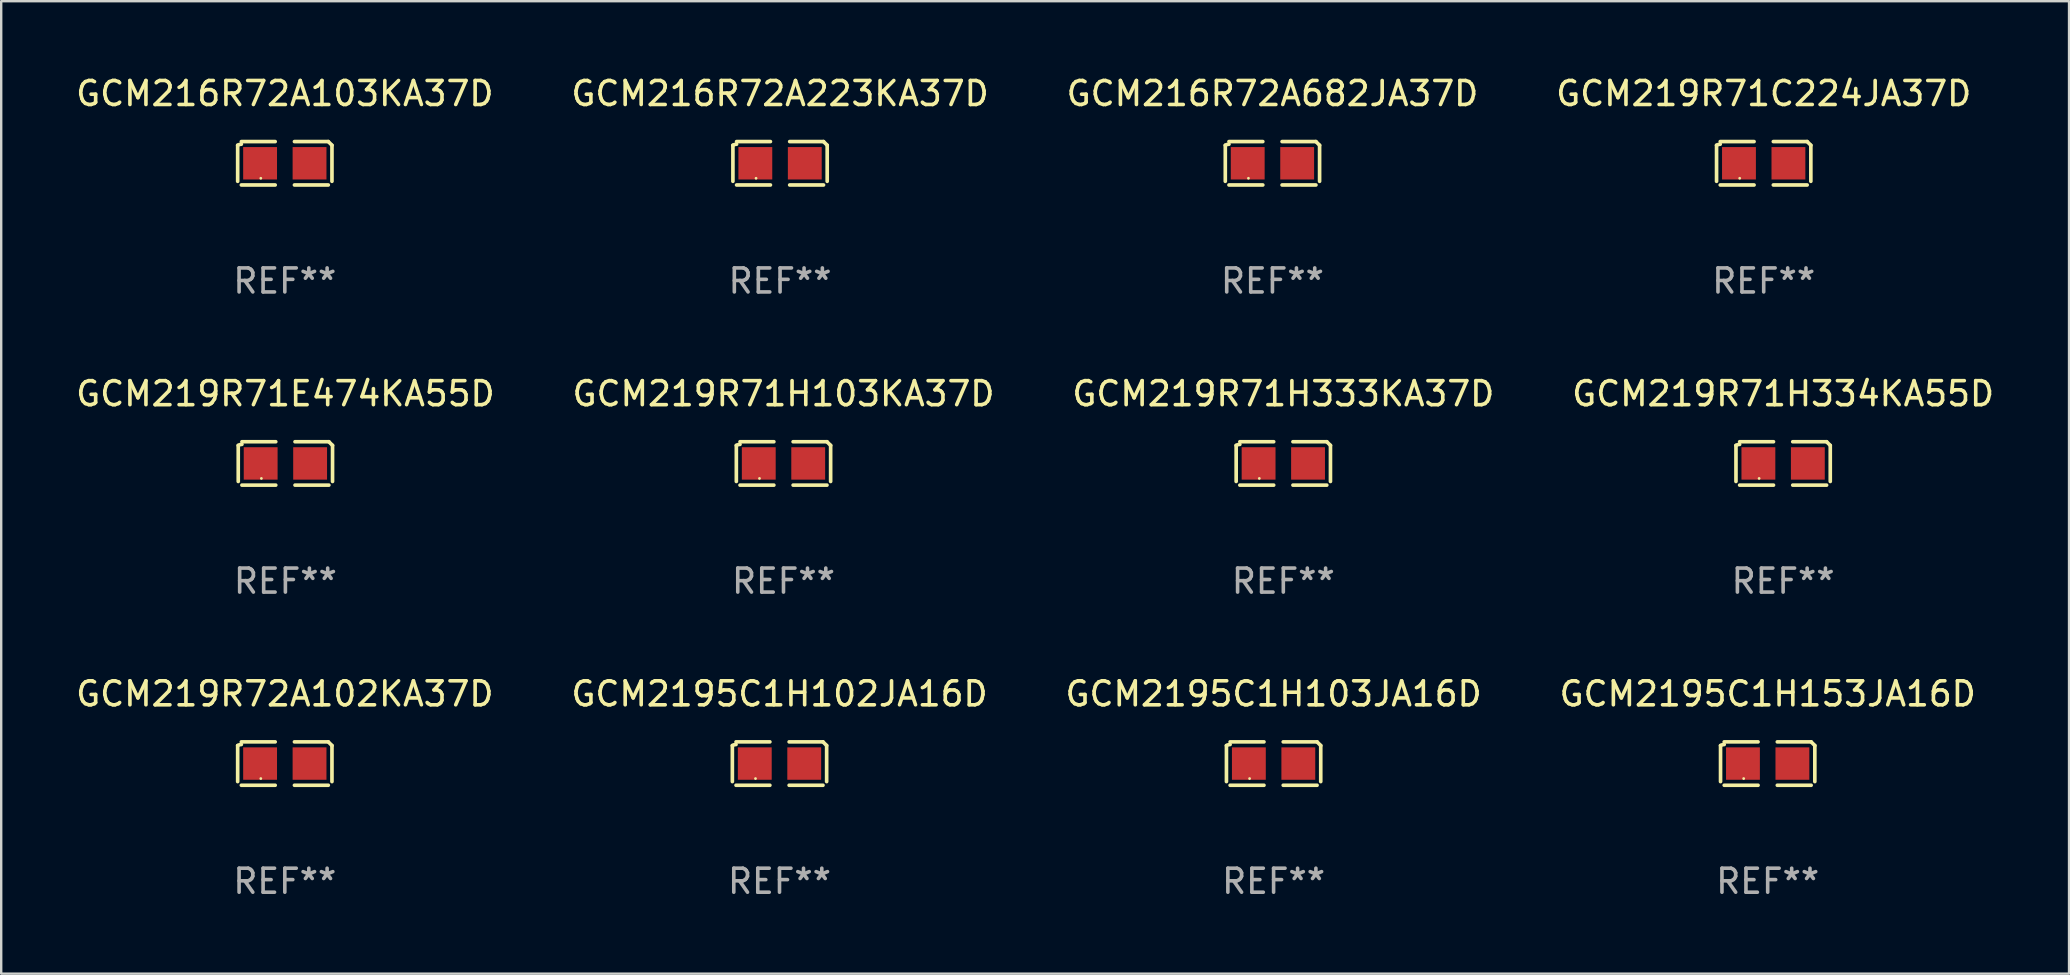
<source format=kicad_pcb>
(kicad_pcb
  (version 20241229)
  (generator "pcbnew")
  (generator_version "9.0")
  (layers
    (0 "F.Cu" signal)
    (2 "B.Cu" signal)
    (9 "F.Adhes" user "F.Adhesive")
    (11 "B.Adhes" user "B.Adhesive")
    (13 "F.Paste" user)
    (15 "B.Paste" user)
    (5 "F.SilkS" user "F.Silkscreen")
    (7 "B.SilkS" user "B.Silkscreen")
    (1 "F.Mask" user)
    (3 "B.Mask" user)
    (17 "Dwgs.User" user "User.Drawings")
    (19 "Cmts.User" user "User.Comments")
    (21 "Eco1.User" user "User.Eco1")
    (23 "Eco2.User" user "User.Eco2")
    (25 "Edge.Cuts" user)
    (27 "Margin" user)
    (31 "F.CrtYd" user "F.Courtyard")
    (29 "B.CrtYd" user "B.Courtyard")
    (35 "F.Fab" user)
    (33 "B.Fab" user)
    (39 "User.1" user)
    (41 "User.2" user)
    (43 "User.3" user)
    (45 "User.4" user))
  (footprint "GCM2195C1H102JA16D"
    (layer "F.Cu")
    (at 29.423 28.759)
    (property "Reference" "GCM2195C1H102JA16D" (at 0 -2.904 0) (layer "F.SilkS") (effects (font (size 1 1) (thickness 0.15))))
    (attr through_hole)
    (fp_line (start -1.964 0.751) (end -1.964 -0.751) (stroke (width 0.152) (type solid)) (layer "F.SilkS"))
    (fp_line (start -1.811 -0.904) (end -0.401 -0.904) (stroke (width 0.152) (type solid)) (layer "F.SilkS"))
    (fp_line (start -0.401 0.904) (end -1.811 0.904) (stroke (width 0.152) (type solid)) (layer "F.SilkS"))
    (fp_line (start 0.401 0.904) (end 1.811 0.904) (stroke (width 0.152) (type solid)) (layer "F.SilkS"))
    (fp_line (start 1.811 -0.904) (end 0.401 -0.904) (stroke (width 0.152) (type solid)) (layer "F.SilkS"))
    (fp_line (start 1.964 0.751) (end 1.964 -0.751) (stroke (width 0.152) (type solid)) (layer "F.SilkS"))
    (fp_arc (start -1.963602 -0.751207) (mid -1.890354 -0.783131) (end -1.811201 -0.794044) (stroke (width 0.1524) (type solid)) (layer "F.SilkS"))
    (fp_arc (start 1.811202 -0.903607) (mid 1.887413 -0.827418) (end 1.963602 -0.751207) (stroke (width 0.1524) (type solid)) (layer "F.SilkS"))
    (fp_circle (center -1 0.625) (end -0.97 0.625) (stroke (width 0.06) (type solid)) (fill no) (layer "F.SilkS"))
    (fp_text user "REF**" (at 0 4.904 0) (layer "F.Fab") (effects (font (size 1 1) (thickness 0.15))))
    (pad "1" smd rect (at -1.03 0) (size 1.41 1.35) (layers "F.Cu" "F.Mask" "F.Paste"))
    (pad "2" smd rect (at 1.03 0) (size 1.41 1.35) (layers "F.Cu" "F.Mask" "F.Paste")))
  (footprint "GCM219R71C224JA37D"
    (layer "F.Cu")
    (at 70.423 3.752)
    (property "Reference" "GCM219R71C224JA37D" (at 0 -2.904 0) (layer "F.SilkS") (effects (font (size 1 1) (thickness 0.15))))
    (attr through_hole)
    (fp_line (start -1.964 0.751) (end -1.964 -0.751) (stroke (width 0.152) (type solid)) (layer "F.SilkS"))
    (fp_line (start -1.811 -0.904) (end -0.401 -0.904) (stroke (width 0.152) (type solid)) (layer "F.SilkS"))
    (fp_line (start -0.401 0.904) (end -1.811 0.904) (stroke (width 0.152) (type solid)) (layer "F.SilkS"))
    (fp_line (start 0.401 0.904) (end 1.811 0.904) (stroke (width 0.152) (type solid)) (layer "F.SilkS"))
    (fp_line (start 1.811 -0.904) (end 0.401 -0.904) (stroke (width 0.152) (type solid)) (layer "F.SilkS"))
    (fp_line (start 1.964 0.751) (end 1.964 -0.751) (stroke (width 0.152) (type solid)) (layer "F.SilkS"))
    (fp_arc (start -1.963602 -0.751207) (mid -1.890354 -0.783131) (end -1.811201 -0.794044) (stroke (width 0.1524) (type solid)) (layer "F.SilkS"))
    (fp_arc (start 1.811202 -0.903607) (mid 1.887413 -0.827418) (end 1.963602 -0.751207) (stroke (width 0.1524) (type solid)) (layer "F.SilkS"))
    (fp_circle (center -1 0.625) (end -0.97 0.625) (stroke (width 0.06) (type solid)) (fill no) (layer "F.SilkS"))
    (fp_text user "REF**" (at 0 4.904 0) (layer "F.Fab") (effects (font (size 1 1) (thickness 0.15))))
    (pad "1" smd rect (at -1.03 0) (size 1.41 1.35) (layers "F.Cu" "F.Mask" "F.Paste"))
    (pad "2" smd rect (at 1.03 0) (size 1.41 1.35) (layers "F.Cu" "F.Mask" "F.Paste")))
  (footprint "GCM219R71H333KA37D"
    (layer "F.Cu")
    (at 50.411 16.256)
    (property "Reference" "GCM219R71H333KA37D" (at 0 -2.904 0) (layer "F.SilkS") (effects (font (size 1 1) (thickness 0.15))))
    (attr through_hole)
    (fp_line (start -1.964 0.751) (end -1.964 -0.751) (stroke (width 0.152) (type solid)) (layer "F.SilkS"))
    (fp_line (start -1.811 -0.904) (end -0.401 -0.904) (stroke (width 0.152) (type solid)) (layer "F.SilkS"))
    (fp_line (start -0.401 0.904) (end -1.811 0.904) (stroke (width 0.152) (type solid)) (layer "F.SilkS"))
    (fp_line (start 0.401 0.904) (end 1.811 0.904) (stroke (width 0.152) (type solid)) (layer "F.SilkS"))
    (fp_line (start 1.811 -0.904) (end 0.401 -0.904) (stroke (width 0.152) (type solid)) (layer "F.SilkS"))
    (fp_line (start 1.964 0.751) (end 1.964 -0.751) (stroke (width 0.152) (type solid)) (layer "F.SilkS"))
    (fp_arc (start -1.963602 -0.751207) (mid -1.890354 -0.783131) (end -1.811201 -0.794044) (stroke (width 0.1524) (type solid)) (layer "F.SilkS"))
    (fp_arc (start 1.811202 -0.903607) (mid 1.887413 -0.827418) (end 1.963602 -0.751207) (stroke (width 0.1524) (type solid)) (layer "F.SilkS"))
    (fp_circle (center -1 0.625) (end -0.97 0.625) (stroke (width 0.06) (type solid)) (fill no) (layer "F.SilkS"))
    (fp_text user "REF**" (at 0 4.904 0) (layer "F.Fab") (effects (font (size 1 1) (thickness 0.15))))
    (pad "1" smd rect (at -1.03 0) (size 1.41 1.35) (layers "F.Cu" "F.Mask" "F.Paste"))
    (pad "2" smd rect (at 1.03 0) (size 1.41 1.35) (layers "F.Cu" "F.Mask" "F.Paste")))
  (footprint "GCM2195C1H103JA16D"
    (layer "F.Cu")
    (at 50.006 28.759)
    (property "Reference" "GCM2195C1H103JA16D" (at 0 -2.904 0) (layer "F.SilkS") (effects (font (size 1 1) (thickness 0.15))))
    (attr through_hole)
    (fp_line (start -1.964 0.751) (end -1.964 -0.751) (stroke (width 0.152) (type solid)) (layer "F.SilkS"))
    (fp_line (start -1.811 -0.904) (end -0.401 -0.904) (stroke (width 0.152) (type solid)) (layer "F.SilkS"))
    (fp_line (start -0.401 0.904) (end -1.811 0.904) (stroke (width 0.152) (type solid)) (layer "F.SilkS"))
    (fp_line (start 0.401 0.904) (end 1.811 0.904) (stroke (width 0.152) (type solid)) (layer "F.SilkS"))
    (fp_line (start 1.811 -0.904) (end 0.401 -0.904) (stroke (width 0.152) (type solid)) (layer "F.SilkS"))
    (fp_line (start 1.964 0.751) (end 1.964 -0.751) (stroke (width 0.152) (type solid)) (layer "F.SilkS"))
    (fp_arc (start -1.963602 -0.751207) (mid -1.890354 -0.783131) (end -1.811201 -0.794044) (stroke (width 0.1524) (type solid)) (layer "F.SilkS"))
    (fp_arc (start 1.811202 -0.903607) (mid 1.887413 -0.827418) (end 1.963602 -0.751207) (stroke (width 0.1524) (type solid)) (layer "F.SilkS"))
    (fp_circle (center -1 0.625) (end -0.97 0.625) (stroke (width 0.06) (type solid)) (fill no) (layer "F.SilkS"))
    (fp_text user "REF**" (at 0 4.904 0) (layer "F.Fab") (effects (font (size 1 1) (thickness 0.15))))
    (pad "1" smd rect (at -1.03 0) (size 1.41 1.35) (layers "F.Cu" "F.Mask" "F.Paste"))
    (pad "2" smd rect (at 1.03 0) (size 1.41 1.35) (layers "F.Cu" "F.Mask" "F.Paste")))
  (footprint "GCM216R72A223KA37D"
    (layer "F.Cu")
    (at 29.446 3.752)
    (property "Reference" "GCM216R72A223KA37D" (at 0 -2.904 0) (layer "F.SilkS") (effects (font (size 1 1) (thickness 0.15))))
    (attr through_hole)
    (fp_line (start -1.964 0.751) (end -1.964 -0.751) (stroke (width 0.152) (type solid)) (layer "F.SilkS"))
    (fp_line (start -1.811 -0.904) (end -0.401 -0.904) (stroke (width 0.152) (type solid)) (layer "F.SilkS"))
    (fp_line (start -0.401 0.904) (end -1.811 0.904) (stroke (width 0.152) (type solid)) (layer "F.SilkS"))
    (fp_line (start 0.401 0.904) (end 1.811 0.904) (stroke (width 0.152) (type solid)) (layer "F.SilkS"))
    (fp_line (start 1.811 -0.904) (end 0.401 -0.904) (stroke (width 0.152) (type solid)) (layer "F.SilkS"))
    (fp_line (start 1.964 0.751) (end 1.964 -0.751) (stroke (width 0.152) (type solid)) (layer "F.SilkS"))
    (fp_arc (start -1.963602 -0.751207) (mid -1.890354 -0.783131) (end -1.811201 -0.794044) (stroke (width 0.1524) (type solid)) (layer "F.SilkS"))
    (fp_arc (start 1.811202 -0.903607) (mid 1.887413 -0.827418) (end 1.963602 -0.751207) (stroke (width 0.1524) (type solid)) (layer "F.SilkS"))
    (fp_circle (center -1 0.625) (end -0.97 0.625) (stroke (width 0.06) (type solid)) (fill no) (layer "F.SilkS"))
    (fp_text user "REF**" (at 0 4.904 0) (layer "F.Fab") (effects (font (size 1 1) (thickness 0.15))))
    (pad "1" smd rect (at -1.03 0) (size 1.41 1.35) (layers "F.Cu" "F.Mask" "F.Paste"))
    (pad "2" smd rect (at 1.03 0) (size 1.41 1.35) (layers "F.Cu" "F.Mask" "F.Paste")))
  (footprint "GCM219R72A102KA37D"
    (layer "F.Cu")
    (at 8.815 28.759)
    (property "Reference" "GCM219R72A102KA37D" (at 0 -2.904 0) (layer "F.SilkS") (effects (font (size 1 1) (thickness 0.15))))
    (attr through_hole)
    (fp_line (start -1.964 0.751) (end -1.964 -0.751) (stroke (width 0.152) (type solid)) (layer "F.SilkS"))
    (fp_line (start -1.811 -0.904) (end -0.401 -0.904) (stroke (width 0.152) (type solid)) (layer "F.SilkS"))
    (fp_line (start -0.401 0.904) (end -1.811 0.904) (stroke (width 0.152) (type solid)) (layer "F.SilkS"))
    (fp_line (start 0.401 0.904) (end 1.811 0.904) (stroke (width 0.152) (type solid)) (layer "F.SilkS"))
    (fp_line (start 1.811 -0.904) (end 0.401 -0.904) (stroke (width 0.152) (type solid)) (layer "F.SilkS"))
    (fp_line (start 1.964 0.751) (end 1.964 -0.751) (stroke (width 0.152) (type solid)) (layer "F.SilkS"))
    (fp_arc (start -1.963602 -0.751207) (mid -1.890354 -0.783131) (end -1.811201 -0.794044) (stroke (width 0.1524) (type solid)) (layer "F.SilkS"))
    (fp_arc (start 1.811202 -0.903607) (mid 1.887413 -0.827418) (end 1.963602 -0.751207) (stroke (width 0.1524) (type solid)) (layer "F.SilkS"))
    (fp_circle (center -1 0.625) (end -0.97 0.625) (stroke (width 0.06) (type solid)) (fill no) (layer "F.SilkS"))
    (fp_text user "REF**" (at 0 4.904 0) (layer "F.Fab") (effects (font (size 1 1) (thickness 0.15))))
    (pad "1" smd rect (at -1.03 0) (size 1.41 1.35) (layers "F.Cu" "F.Mask" "F.Paste"))
    (pad "2" smd rect (at 1.03 0) (size 1.41 1.35) (layers "F.Cu" "F.Mask" "F.Paste")))
  (footprint "GCM219R71E474KA55D"
    (layer "F.Cu")
    (at 8.839 16.256)
    (property "Reference" "GCM219R71E474KA55D" (at 0 -2.904 0) (layer "F.SilkS") (effects (font (size 1 1) (thickness 0.15))))
    (attr through_hole)
    (fp_line (start -1.964 0.751) (end -1.964 -0.751) (stroke (width 0.152) (type solid)) (layer "F.SilkS"))
    (fp_line (start -1.811 -0.904) (end -0.401 -0.904) (stroke (width 0.152) (type solid)) (layer "F.SilkS"))
    (fp_line (start -0.401 0.904) (end -1.811 0.904) (stroke (width 0.152) (type solid)) (layer "F.SilkS"))
    (fp_line (start 0.401 0.904) (end 1.811 0.904) (stroke (width 0.152) (type solid)) (layer "F.SilkS"))
    (fp_line (start 1.811 -0.904) (end 0.401 -0.904) (stroke (width 0.152) (type solid)) (layer "F.SilkS"))
    (fp_line (start 1.964 0.751) (end 1.964 -0.751) (stroke (width 0.152) (type solid)) (layer "F.SilkS"))
    (fp_arc (start -1.963602 -0.751207) (mid -1.890354 -0.783131) (end -1.811201 -0.794044) (stroke (width 0.1524) (type solid)) (layer "F.SilkS"))
    (fp_arc (start 1.811202 -0.903607) (mid 1.887413 -0.827418) (end 1.963602 -0.751207) (stroke (width 0.1524) (type solid)) (layer "F.SilkS"))
    (fp_circle (center -1 0.625) (end -0.97 0.625) (stroke (width 0.06) (type solid)) (fill no) (layer "F.SilkS"))
    (fp_text user "REF**" (at 0 4.904 0) (layer "F.Fab") (effects (font (size 1 1) (thickness 0.15))))
    (pad "1" smd rect (at -1.03 0) (size 1.41 1.35) (layers "F.Cu" "F.Mask" "F.Paste"))
    (pad "2" smd rect (at 1.03 0) (size 1.41 1.35) (layers "F.Cu" "F.Mask" "F.Paste")))
  (footprint "GCM216R72A103KA37D"
    (layer "F.Cu")
    (at 8.815 3.752)
    (property "Reference" "GCM216R72A103KA37D" (at 0 -2.904 0) (layer "F.SilkS") (effects (font (size 1 1) (thickness 0.15))))
    (attr through_hole)
    (fp_line (start -1.964 0.751) (end -1.964 -0.751) (stroke (width 0.152) (type solid)) (layer "F.SilkS"))
    (fp_line (start -1.811 -0.904) (end -0.401 -0.904) (stroke (width 0.152) (type solid)) (layer "F.SilkS"))
    (fp_line (start -0.401 0.904) (end -1.811 0.904) (stroke (width 0.152) (type solid)) (layer "F.SilkS"))
    (fp_line (start 0.401 0.904) (end 1.811 0.904) (stroke (width 0.152) (type solid)) (layer "F.SilkS"))
    (fp_line (start 1.811 -0.904) (end 0.401 -0.904) (stroke (width 0.152) (type solid)) (layer "F.SilkS"))
    (fp_line (start 1.964 0.751) (end 1.964 -0.751) (stroke (width 0.152) (type solid)) (layer "F.SilkS"))
    (fp_arc (start -1.963602 -0.751207) (mid -1.890354 -0.783131) (end -1.811201 -0.794044) (stroke (width 0.1524) (type solid)) (layer "F.SilkS"))
    (fp_arc (start 1.811202 -0.903607) (mid 1.887413 -0.827418) (end 1.963602 -0.751207) (stroke (width 0.1524) (type solid)) (layer "F.SilkS"))
    (fp_circle (center -1 0.625) (end -0.97 0.625) (stroke (width 0.06) (type solid)) (fill no) (layer "F.SilkS"))
    (fp_text user "REF**" (at 0 4.904 0) (layer "F.Fab") (effects (font (size 1 1) (thickness 0.15))))
    (pad "1" smd rect (at -1.03 0) (size 1.41 1.35) (layers "F.Cu" "F.Mask" "F.Paste"))
    (pad "2" smd rect (at 1.03 0) (size 1.41 1.35) (layers "F.Cu" "F.Mask" "F.Paste")))
  (footprint "GCM216R72A682JA37D"
    (layer "F.Cu")
    (at 49.958 3.752)
    (property "Reference" "GCM216R72A682JA37D" (at 0 -2.904 0) (layer "F.SilkS") (effects (font (size 1 1) (thickness 0.15))))
    (attr through_hole)
    (fp_line (start -1.964 0.751) (end -1.964 -0.751) (stroke (width 0.152) (type solid)) (layer "F.SilkS"))
    (fp_line (start -1.811 -0.904) (end -0.401 -0.904) (stroke (width 0.152) (type solid)) (layer "F.SilkS"))
    (fp_line (start -0.401 0.904) (end -1.811 0.904) (stroke (width 0.152) (type solid)) (layer "F.SilkS"))
    (fp_line (start 0.401 0.904) (end 1.811 0.904) (stroke (width 0.152) (type solid)) (layer "F.SilkS"))
    (fp_line (start 1.811 -0.904) (end 0.401 -0.904) (stroke (width 0.152) (type solid)) (layer "F.SilkS"))
    (fp_line (start 1.964 0.751) (end 1.964 -0.751) (stroke (width 0.152) (type solid)) (layer "F.SilkS"))
    (fp_arc (start -1.963602 -0.751207) (mid -1.890354 -0.783131) (end -1.811201 -0.794044) (stroke (width 0.1524) (type solid)) (layer "F.SilkS"))
    (fp_arc (start 1.811202 -0.903607) (mid 1.887413 -0.827418) (end 1.963602 -0.751207) (stroke (width 0.1524) (type solid)) (layer "F.SilkS"))
    (fp_circle (center -1 0.625) (end -0.97 0.625) (stroke (width 0.06) (type solid)) (fill no) (layer "F.SilkS"))
    (fp_text user "REF**" (at 0 4.904 0) (layer "F.Fab") (effects (font (size 1 1) (thickness 0.15))))
    (pad "1" smd rect (at -1.03 0) (size 1.41 1.35) (layers "F.Cu" "F.Mask" "F.Paste"))
    (pad "2" smd rect (at 1.03 0) (size 1.41 1.35) (layers "F.Cu" "F.Mask" "F.Paste")))
  (footprint "GCM219R71H103KA37D"
    (layer "F.Cu")
    (at 29.589 16.256)
    (property "Reference" "GCM219R71H103KA37D" (at 0 -2.904 0) (layer "F.SilkS") (effects (font (size 1 1) (thickness 0.15))))
    (attr through_hole)
    (fp_line (start -1.964 0.751) (end -1.964 -0.751) (stroke (width 0.152) (type solid)) (layer "F.SilkS"))
    (fp_line (start -1.811 -0.904) (end -0.401 -0.904) (stroke (width 0.152) (type solid)) (layer "F.SilkS"))
    (fp_line (start -0.401 0.904) (end -1.811 0.904) (stroke (width 0.152) (type solid)) (layer "F.SilkS"))
    (fp_line (start 0.401 0.904) (end 1.811 0.904) (stroke (width 0.152) (type solid)) (layer "F.SilkS"))
    (fp_line (start 1.811 -0.904) (end 0.401 -0.904) (stroke (width 0.152) (type solid)) (layer "F.SilkS"))
    (fp_line (start 1.964 0.751) (end 1.964 -0.751) (stroke (width 0.152) (type solid)) (layer "F.SilkS"))
    (fp_arc (start -1.963602 -0.751207) (mid -1.890354 -0.783131) (end -1.811201 -0.794044) (stroke (width 0.1524) (type solid)) (layer "F.SilkS"))
    (fp_arc (start 1.811202 -0.903607) (mid 1.887413 -0.827418) (end 1.963602 -0.751207) (stroke (width 0.1524) (type solid)) (layer "F.SilkS"))
    (fp_circle (center -1 0.625) (end -0.97 0.625) (stroke (width 0.06) (type solid)) (fill no) (layer "F.SilkS"))
    (fp_text user "REF**" (at 0 4.904 0) (layer "F.Fab") (effects (font (size 1 1) (thickness 0.15))))
    (pad "1" smd rect (at -1.03 0) (size 1.41 1.35) (layers "F.Cu" "F.Mask" "F.Paste"))
    (pad "2" smd rect (at 1.03 0) (size 1.41 1.35) (layers "F.Cu" "F.Mask" "F.Paste")))
  (footprint "GCM219R71H334KA55D"
    (layer "F.Cu")
    (at 71.232 16.256)
    (property "Reference" "GCM219R71H334KA55D" (at 0 -2.904 0) (layer "F.SilkS") (effects (font (size 1 1) (thickness 0.15))))
    (attr through_hole)
    (fp_line (start -1.964 0.751) (end -1.964 -0.751) (stroke (width 0.152) (type solid)) (layer "F.SilkS"))
    (fp_line (start -1.811 -0.904) (end -0.401 -0.904) (stroke (width 0.152) (type solid)) (layer "F.SilkS"))
    (fp_line (start -0.401 0.904) (end -1.811 0.904) (stroke (width 0.152) (type solid)) (layer "F.SilkS"))
    (fp_line (start 0.401 0.904) (end 1.811 0.904) (stroke (width 0.152) (type solid)) (layer "F.SilkS"))
    (fp_line (start 1.811 -0.904) (end 0.401 -0.904) (stroke (width 0.152) (type solid)) (layer "F.SilkS"))
    (fp_line (start 1.964 0.751) (end 1.964 -0.751) (stroke (width 0.152) (type solid)) (layer "F.SilkS"))
    (fp_arc (start -1.963602 -0.751207) (mid -1.890354 -0.783131) (end -1.811201 -0.794044) (stroke (width 0.1524) (type solid)) (layer "F.SilkS"))
    (fp_arc (start 1.811202 -0.903607) (mid 1.887413 -0.827418) (end 1.963602 -0.751207) (stroke (width 0.1524) (type solid)) (layer "F.SilkS"))
    (fp_circle (center -1 0.625) (end -0.97 0.625) (stroke (width 0.06) (type solid)) (fill no) (layer "F.SilkS"))
    (fp_text user "REF**" (at 0 4.904 0) (layer "F.Fab") (effects (font (size 1 1) (thickness 0.15))))
    (pad "1" smd rect (at -1.03 0) (size 1.41 1.35) (layers "F.Cu" "F.Mask" "F.Paste"))
    (pad "2" smd rect (at 1.03 0) (size 1.41 1.35) (layers "F.Cu" "F.Mask" "F.Paste")))
  (footprint "GCM2195C1H153JA16D"
    (layer "F.Cu")
    (at 70.589 28.759)
    (property "Reference" "GCM2195C1H153JA16D" (at 0 -2.904 0) (layer "F.SilkS") (effects (font (size 1 1) (thickness 0.15))))
    (attr through_hole)
    (fp_line (start -1.964 0.751) (end -1.964 -0.751) (stroke (width 0.152) (type solid)) (layer "F.SilkS"))
    (fp_line (start -1.811 -0.904) (end -0.401 -0.904) (stroke (width 0.152) (type solid)) (layer "F.SilkS"))
    (fp_line (start -0.401 0.904) (end -1.811 0.904) (stroke (width 0.152) (type solid)) (layer "F.SilkS"))
    (fp_line (start 0.401 0.904) (end 1.811 0.904) (stroke (width 0.152) (type solid)) (layer "F.SilkS"))
    (fp_line (start 1.811 -0.904) (end 0.401 -0.904) (stroke (width 0.152) (type solid)) (layer "F.SilkS"))
    (fp_line (start 1.964 0.751) (end 1.964 -0.751) (stroke (width 0.152) (type solid)) (layer "F.SilkS"))
    (fp_arc (start -1.963602 -0.751207) (mid -1.890354 -0.783131) (end -1.811201 -0.794044) (stroke (width 0.1524) (type solid)) (layer "F.SilkS"))
    (fp_arc (start 1.811202 -0.903607) (mid 1.887413 -0.827418) (end 1.963602 -0.751207) (stroke (width 0.1524) (type solid)) (layer "F.SilkS"))
    (fp_circle (center -1 0.625) (end -0.97 0.625) (stroke (width 0.06) (type solid)) (fill no) (layer "F.SilkS"))
    (fp_text user "REF**" (at 0 4.904 0) (layer "F.Fab") (effects (font (size 1 1) (thickness 0.15))))
    (pad "1" smd rect (at -1.03 0) (size 1.41 1.35) (layers "F.Cu" "F.Mask" "F.Paste"))
    (pad "2" smd rect (at 1.03 0) (size 1.41 1.35) (layers "F.Cu" "F.Mask" "F.Paste")))
  (gr_rect
    (start -3 -3)
    (end 83.143 37.511)
    (stroke (width 0.1) (type default))
    (fill no)
    (layer "Edge.Cuts")))
</source>
